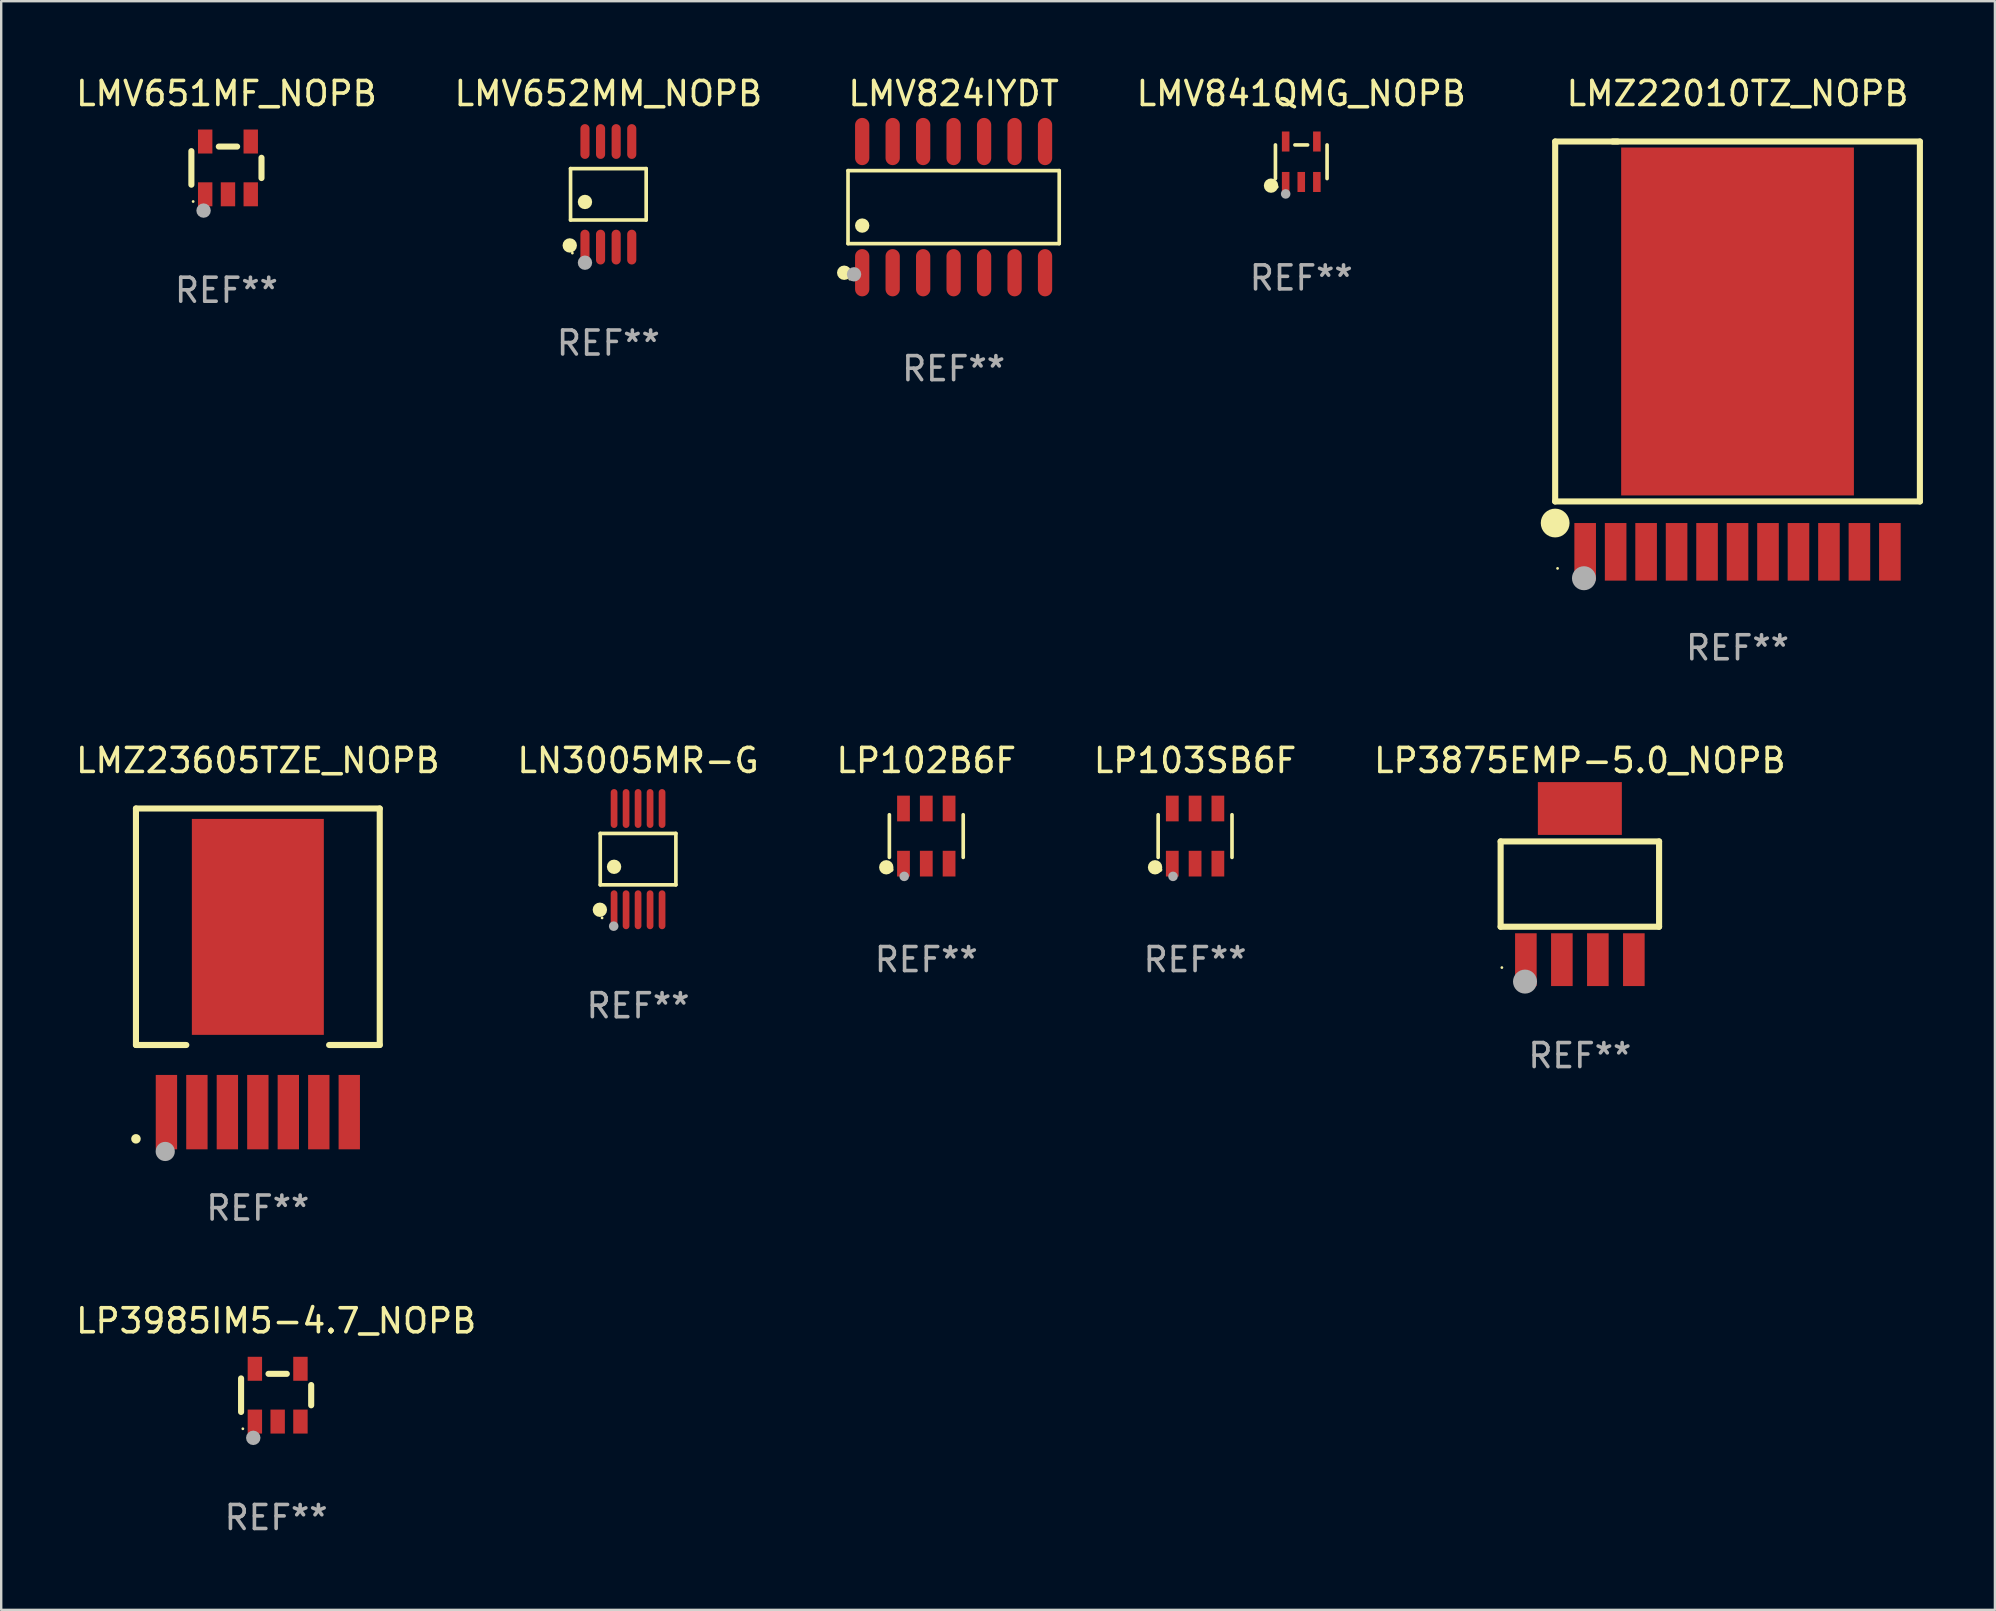
<source format=kicad_pcb>
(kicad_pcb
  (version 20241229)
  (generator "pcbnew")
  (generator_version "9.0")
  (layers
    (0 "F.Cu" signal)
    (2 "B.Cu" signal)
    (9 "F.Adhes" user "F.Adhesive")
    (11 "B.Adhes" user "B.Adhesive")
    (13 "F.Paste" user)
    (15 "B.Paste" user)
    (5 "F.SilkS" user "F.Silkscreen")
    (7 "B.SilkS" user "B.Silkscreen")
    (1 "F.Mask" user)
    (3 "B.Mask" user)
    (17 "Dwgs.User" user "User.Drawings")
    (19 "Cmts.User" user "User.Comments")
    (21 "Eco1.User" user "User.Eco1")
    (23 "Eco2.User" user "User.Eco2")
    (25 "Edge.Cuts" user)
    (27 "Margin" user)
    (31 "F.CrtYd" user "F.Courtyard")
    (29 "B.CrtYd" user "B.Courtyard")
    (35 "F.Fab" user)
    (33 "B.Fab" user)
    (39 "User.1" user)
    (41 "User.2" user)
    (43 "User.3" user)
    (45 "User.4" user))
  (footprint "LMV841QMG_NOPB"
    (layer "F.Cu")
    (at 51.181 3.691)
    (property "Reference" "LMV841QMG_NOPB" (at 0 -2.843 0) (layer "F.SilkS") (effects (font (size 1 1) (thickness 0.15))))
    (attr through_hole)
    (fp_line (start -1.076 0.701) (end -1.076 -0.701) (stroke (width 0.152) (type solid)) (layer "F.SilkS"))
    (fp_line (start 0.264 -0.701) (end -0.264 -0.701) (stroke (width 0.152) (type solid)) (layer "F.SilkS"))
    (fp_line (start 1.076 0.701) (end 1.076 -0.701) (stroke (width 0.152) (type solid)) (layer "F.SilkS"))
    (fp_circle (center -1.26 0.995) (end -1.11 0.995) (stroke (width 0.3) (type solid)) (fill no) (layer "F.SilkS"))
    (fp_circle (center -1 1.05) (end -0.97 1.05) (stroke (width 0.06) (type solid)) (fill no) (layer "F.SilkS"))
    (fp_circle (center -0.65 1.341) (end -0.55 1.341) (stroke (width 0.2) (type solid)) (fill no) (layer "F.Fab"))
    (fp_text user "REF**" (at 0 4.843 0) (layer "F.Fab") (effects (font (size 1 1) (thickness 0.15))))
    (pad "1" smd rect (at -0.65 0.843) (size 0.315 0.835) (layers "F.Cu" "F.Mask" "F.Paste"))
    (pad "2" smd rect (at 0.00014 0.843) (size 0.315 0.835) (layers "F.Cu" "F.Mask" "F.Paste"))
    (pad "3" smd rect (at 0.65 0.843) (size 0.315 0.835) (layers "F.Cu" "F.Mask" "F.Paste"))
    (pad "4" smd rect (at 0.65 -0.843) (size 0.315 0.835) (layers "F.Cu" "F.Mask" "F.Paste"))
    (pad "5" smd rect (at -0.65 -0.843) (size 0.315 0.835) (layers "F.Cu" "F.Mask" "F.Paste")))
  (footprint "LMV652MM_NOPB"
    (layer "F.Cu")
    (at 22.304 5.048)
    (property "Reference" "LMV652MM_NOPB" (at 0 -4.2 0) (layer "F.SilkS") (effects (font (size 1 1) (thickness 0.15))))
    (attr through_hole)
    (fp_line (start -1.576 -1.071) (end 1.576 -1.071) (stroke (width 0.152) (type solid)) (layer "F.SilkS"))
    (fp_line (start -1.576 1.071) (end -1.576 -1.071) (stroke (width 0.152) (type solid)) (layer "F.SilkS"))
    (fp_line (start 1.576 -1.071) (end 1.576 1.071) (stroke (width 0.152) (type solid)) (layer "F.SilkS"))
    (fp_line (start 1.576 1.071) (end -1.576 1.071) (stroke (width 0.152) (type solid)) (layer "F.SilkS"))
    (fp_circle (center -1.609 2.131) (end -1.459 2.131) (stroke (width 0.3) (type solid)) (fill no) (layer "F.SilkS"))
    (fp_circle (center -1.5 2.45) (end -1.47 2.45) (stroke (width 0.06) (type solid)) (fill no) (layer "F.SilkS"))
    (fp_circle (center -0.975 0.319) (end -0.825 0.319) (stroke (width 0.3) (type solid)) (fill no) (layer "F.SilkS"))
    (fp_circle (center -0.975 2.85) (end -0.825 2.85) (stroke (width 0.3) (type solid)) (fill no) (layer "F.Fab"))
    (fp_text user "REF**" (at 0 6.2 0) (layer "F.Fab") (effects (font (size 1 1) (thickness 0.15))))
    (pad "1" smd oval (at -0.975 2.2) (size 0.38 1.45) (layers "F.Cu" "F.Mask" "F.Paste"))
    (pad "2" smd oval (at -0.325 2.2) (size 0.38 1.45) (layers "F.Cu" "F.Mask" "F.Paste"))
    (pad "3" smd oval (at 0.325 2.2) (size 0.38 1.45) (layers "F.Cu" "F.Mask" "F.Paste"))
    (pad "4" smd oval (at 0.975 2.2) (size 0.38 1.45) (layers "F.Cu" "F.Mask" "F.Paste"))
    (pad "5" smd oval (at 0.975 -2.2) (size 0.38 1.45) (layers "F.Cu" "F.Mask" "F.Paste"))
    (pad "6" smd oval (at 0.325 -2.2) (size 0.38 1.45) (layers "F.Cu" "F.Mask" "F.Paste"))
    (pad "7" smd oval (at -0.325 -2.2) (size 0.38 1.45) (layers "F.Cu" "F.Mask" "F.Paste"))
    (pad "8" smd oval (at -0.975 -2.2) (size 0.38 1.45) (layers "F.Cu" "F.Mask" "F.Paste")))
  (footprint "LP3985IM5-4.7_NOPB"
    (layer "F.Cu")
    (at 8.458 55.095)
    (property "Reference" "LP3985IM5-4.7_NOPB" (at 0 -3.1 0) (layer "F.SilkS") (effects (font (size 1 1) (thickness 0.15))))
    (attr through_hole)
    (fp_line (start -1.461 -0.699) (end -1.461 0.699) (stroke (width 0.254) (type solid)) (layer "F.SilkS"))
    (fp_line (start -0.318 -0.889) (end 0.445 -0.889) (stroke (width 0.254) (type solid)) (layer "F.SilkS"))
    (fp_line (start 1.461 -0.422) (end 1.461 0.422) (stroke (width 0.254) (type solid)) (layer "F.SilkS"))
    (fp_circle (center -1.387 1.4) (end -1.357 1.4) (stroke (width 0.06) (type solid)) (fill no) (layer "F.SilkS"))
    (fp_circle (center -0.953 1.778) (end -0.802 1.778) (stroke (width 0.3) (type solid)) (fill no) (layer "F.Fab"))
    (fp_text user "REF**" (at 0 5.1 0) (layer "F.Fab") (effects (font (size 1 1) (thickness 0.15))))
    (pad "1" smd rect (at -0.886 1.1) (size 0.6 1) (layers "F.Cu" "F.Mask" "F.Paste"))
    (pad "2" smd rect (at 0.064 1.1) (size 0.6 1) (layers "F.Cu" "F.Mask" "F.Paste"))
    (pad "3" smd rect (at 1.013 1.1) (size 0.6 1) (layers "F.Cu" "F.Mask" "F.Paste"))
    (pad "4" smd rect (at 1.013 -1.1) (size 0.6 1) (layers "F.Cu" "F.Mask" "F.Paste"))
    (pad "5" smd rect (at -0.886 -1.1) (size 0.6 1) (layers "F.Cu" "F.Mask" "F.Paste")))
  (footprint "LP102B6F"
    (layer "F.Cu")
    (at 35.554 31.794)
    (property "Reference" "LP102B6F" (at 0 -3.149 0) (layer "F.SilkS") (effects (font (size 1 1) (thickness 0.15))))
    (attr through_hole)
    (fp_line (start -1.539 0.889) (end -1.539 -0.889) (stroke (width 0.152) (type solid)) (layer "F.SilkS"))
    (fp_line (start 1.539 0.889) (end 1.539 -0.889) (stroke (width 0.152) (type solid)) (layer "F.SilkS"))
    (fp_circle (center -1.668 1.301) (end -1.518 1.301) (stroke (width 0.3) (type solid)) (fill no) (layer "F.SilkS"))
    (fp_circle (center -1.463 1.4) (end -1.413 1.4) (stroke (width 0.1) (type solid)) (fill no) (layer "F.SilkS"))
    (fp_circle (center -0.92 1.68) (end -0.82 1.68) (stroke (width 0.2) (type solid)) (fill no) (layer "F.Fab"))
    (fp_text user "REF**" (at 0 5.149 0) (layer "F.Fab") (effects (font (size 1 1) (thickness 0.15))))
    (pad "1" smd rect (at -0.95 1.149) (size 0.532 1.072) (layers "F.Cu" "F.Mask" "F.Paste"))
    (pad "2" smd rect (at 0 1.149) (size 0.532 1.072) (layers "F.Cu" "F.Mask" "F.Paste"))
    (pad "3" smd rect (at 0.95 1.149) (size 0.532 1.072) (layers "F.Cu" "F.Mask" "F.Paste"))
    (pad "4" smd rect (at 0.95 -1.149) (size 0.532 1.072) (layers "F.Cu" "F.Mask" "F.Paste"))
    (pad "5" smd rect (at 0 -1.149) (size 0.532 1.072) (layers "F.Cu" "F.Mask" "F.Paste"))
    (pad "6" smd rect (at -0.95 -1.149) (size 0.532 1.072) (layers "F.Cu" "F.Mask" "F.Paste")))
  (footprint "LP103SB6F"
    (layer "F.Cu")
    (at 46.756 31.794)
    (property "Reference" "LP103SB6F" (at 0 -3.149 0) (layer "F.SilkS") (effects (font (size 1 1) (thickness 0.15))))
    (attr through_hole)
    (fp_line (start -1.539 0.889) (end -1.539 -0.889) (stroke (width 0.152) (type solid)) (layer "F.SilkS"))
    (fp_line (start 1.539 0.889) (end 1.539 -0.889) (stroke (width 0.152) (type solid)) (layer "F.SilkS"))
    (fp_circle (center -1.668 1.301) (end -1.518 1.301) (stroke (width 0.3) (type solid)) (fill no) (layer "F.SilkS"))
    (fp_circle (center -1.463 1.4) (end -1.413 1.4) (stroke (width 0.1) (type solid)) (fill no) (layer "F.SilkS"))
    (fp_circle (center -0.92 1.68) (end -0.82 1.68) (stroke (width 0.2) (type solid)) (fill no) (layer "F.Fab"))
    (fp_text user "REF**" (at 0 5.149 0) (layer "F.Fab") (effects (font (size 1 1) (thickness 0.15))))
    (pad "1" smd rect (at -0.95 1.149) (size 0.532 1.072) (layers "F.Cu" "F.Mask" "F.Paste"))
    (pad "2" smd rect (at 0 1.149) (size 0.532 1.072) (layers "F.Cu" "F.Mask" "F.Paste"))
    (pad "3" smd rect (at 0.95 1.149) (size 0.532 1.072) (layers "F.Cu" "F.Mask" "F.Paste"))
    (pad "4" smd rect (at 0.95 -1.149) (size 0.532 1.072) (layers "F.Cu" "F.Mask" "F.Paste"))
    (pad "5" smd rect (at 0 -1.149) (size 0.532 1.072) (layers "F.Cu" "F.Mask" "F.Paste"))
    (pad "6" smd rect (at -0.95 -1.149) (size 0.532 1.072) (layers "F.Cu" "F.Mask" "F.Paste")))
  (footprint "LMZ22010TZ_NOPB"
    (layer "F.Cu")
    (at 69.363 11.398)
    (property "Reference" "LMZ22010TZ_NOPB" (at 0 -10.55 0) (layer "F.SilkS") (effects (font (size 1 1) (thickness 0.15))))
    (attr through_hole)
    (fp_line (start -7.6 -8.55) (end -7.6 6.45) (stroke (width 0.254) (type solid)) (layer "F.SilkS"))
    (fp_line (start -7.6 6.45) (end 7.6 6.45) (stroke (width 0.254) (type solid)) (layer "F.SilkS"))
    (fp_line (start -5 -8.55) (end -7.6 -8.55) (stroke (width 0.254) (type solid)) (layer "F.SilkS"))
    (fp_line (start 7.6 -8.55) (end -5.2 -8.55) (stroke (width 0.254) (type solid)) (layer "F.SilkS"))
    (fp_line (start 7.6 6.45) (end 7.6 -8.55) (stroke (width 0.254) (type solid)) (layer "F.SilkS"))
    (fp_circle (center -7.6 7.35) (end -7.3 7.35) (stroke (width 0.6) (type solid)) (fill no) (layer "F.SilkS"))
    (fp_circle (center -7.5 9.24) (end -7.47 9.24) (stroke (width 0.06) (type solid)) (fill no) (layer "F.SilkS"))
    (fp_circle (center -6.4 9.65) (end -6.15 9.65) (stroke (width 0.5) (type solid)) (fill no) (layer "F.Fab"))
    (fp_text user "REF**" (at 0 12.55 0) (layer "F.Fab") (effects (font (size 1 1) (thickness 0.15))))
    (pad "1" smd rect (at -6.35 8.55) (size 0.9 2.4) (layers "F.Cu" "F.Mask" "F.Paste"))
    (pad "2" smd rect (at -5.08 8.55) (size 0.9 2.4) (layers "F.Cu" "F.Mask" "F.Paste"))
    (pad "3" smd rect (at -3.81 8.55) (size 0.9 2.4) (layers "F.Cu" "F.Mask" "F.Paste"))
    (pad "4" smd rect (at -2.54 8.55) (size 0.9 2.4) (layers "F.Cu" "F.Mask" "F.Paste"))
    (pad "5" smd rect (at -1.27 8.55) (size 0.9 2.4) (layers "F.Cu" "F.Mask" "F.Paste"))
    (pad "6" smd rect (at 0 8.55) (size 0.9 2.4) (layers "F.Cu" "F.Mask" "F.Paste"))
    (pad "7" smd rect (at 1.27 8.55) (size 0.9 2.4) (layers "F.Cu" "F.Mask" "F.Paste"))
    (pad "8" smd rect (at 2.54 8.55) (size 0.9 2.4) (layers "F.Cu" "F.Mask" "F.Paste"))
    (pad "9" smd rect (at 3.81 8.55) (size 0.9 2.4) (layers "F.Cu" "F.Mask" "F.Paste"))
    (pad "10" smd rect (at 5.08 8.55) (size 0.9 2.4) (layers "F.Cu" "F.Mask" "F.Paste"))
    (pad "11" smd rect (at 6.35 8.55) (size 0.9 2.4) (layers "F.Cu" "F.Mask" "F.Paste"))
    (pad "12" smd rect (at 0 -1.05) (size 9.7 14.5) (layers "F.Cu" "F.Mask" "F.Paste")))
  (footprint "LN3005MR-G"
    (layer "F.Cu")
    (at 23.542 32.755)
    (property "Reference" "LN3005MR-G" (at 0 -4.11 0) (layer "F.SilkS") (effects (font (size 1 1) (thickness 0.15))))
    (attr through_hole)
    (fp_line (start -1.576 -1.071) (end 1.576 -1.071) (stroke (width 0.152) (type solid)) (layer "F.SilkS"))
    (fp_line (start -1.576 1.071) (end -1.576 -1.071) (stroke (width 0.152) (type solid)) (layer "F.SilkS"))
    (fp_line (start 1.576 -1.071) (end 1.576 1.071) (stroke (width 0.152) (type solid)) (layer "F.SilkS"))
    (fp_line (start 1.576 1.071) (end -1.576 1.071) (stroke (width 0.152) (type solid)) (layer "F.SilkS"))
    (fp_circle (center -1.592 2.11) (end -1.442 2.11) (stroke (width 0.3) (type solid)) (fill no) (layer "F.SilkS"))
    (fp_circle (center -1.5 2.45) (end -1.47 2.45) (stroke (width 0.06) (type solid)) (fill no) (layer "F.SilkS"))
    (fp_circle (center -1 0.319) (end -0.85 0.319) (stroke (width 0.3) (type solid)) (fill no) (layer "F.SilkS"))
    (fp_circle (center -1.016 2.794) (end -0.916 2.794) (stroke (width 0.2) (type solid)) (fill no) (layer "F.Fab"))
    (fp_text user "REF**" (at 0 6.11 0) (layer "F.Fab") (effects (font (size 1 1) (thickness 0.15))))
    (pad "1" smd oval (at -1 2.11) (size 0.28 1.62) (layers "F.Cu" "F.Mask" "F.Paste"))
    (pad "2" smd oval (at -0.5 2.11) (size 0.28 1.62) (layers "F.Cu" "F.Mask" "F.Paste"))
    (pad "3" smd oval (at 0 2.11) (size 0.28 1.62) (layers "F.Cu" "F.Mask" "F.Paste"))
    (pad "4" smd oval (at 0.5 2.11) (size 0.28 1.62) (layers "F.Cu" "F.Mask" "F.Paste"))
    (pad "5" smd oval (at 1 2.11) (size 0.28 1.62) (layers "F.Cu" "F.Mask" "F.Paste"))
    (pad "6" smd oval (at 1 -2.11) (size 0.28 1.62) (layers "F.Cu" "F.Mask" "F.Paste"))
    (pad "7" smd oval (at 0.5 -2.11) (size 0.28 1.62) (layers "F.Cu" "F.Mask" "F.Paste"))
    (pad "8" smd oval (at 0 -2.11) (size 0.28 1.62) (layers "F.Cu" "F.Mask" "F.Paste"))
    (pad "9" smd oval (at -0.5 -2.11) (size 0.28 1.62) (layers "F.Cu" "F.Mask" "F.Paste"))
    (pad "10" smd oval (at -1 -2.11) (size 0.28 1.62) (layers "F.Cu" "F.Mask" "F.Paste")))
  (footprint "LMV824IYDT"
    (layer "F.Cu")
    (at 36.693 5.582)
    (property "Reference" "LMV824IYDT" (at 0 -4.734 0) (layer "F.SilkS") (effects (font (size 1 1) (thickness 0.15))))
    (attr through_hole)
    (fp_line (start -4.401 -1.521) (end 4.401 -1.521) (stroke (width 0.152) (type solid)) (layer "F.SilkS"))
    (fp_line (start -4.401 1.521) (end -4.401 -1.521) (stroke (width 0.152) (type solid)) (layer "F.SilkS"))
    (fp_line (start 4.401 -1.521) (end 4.401 1.521) (stroke (width 0.152) (type solid)) (layer "F.SilkS"))
    (fp_line (start 4.401 1.521) (end -4.401 1.521) (stroke (width 0.152) (type solid)) (layer "F.SilkS"))
    (fp_circle (center -4.56 2.734) (end -4.41 2.734) (stroke (width 0.3) (type solid)) (fill no) (layer "F.SilkS"))
    (fp_circle (center -4.325 3) (end -4.295 3) (stroke (width 0.06) (type solid)) (fill no) (layer "F.SilkS"))
    (fp_circle (center -3.81 0.769) (end -3.66 0.769) (stroke (width 0.3) (type solid)) (fill no) (layer "F.SilkS"))
    (fp_circle (center -4.15 2.8) (end -4 2.8) (stroke (width 0.3) (type solid)) (fill no) (layer "F.Fab"))
    (fp_text user "REF**" (at 0 6.734 0) (layer "F.Fab") (effects (font (size 1 1) (thickness 0.15))))
    (pad "1" smd oval (at -3.81 2.734) (size 0.595 1.968) (layers "F.Cu" "F.Mask" "F.Paste"))
    (pad "2" smd oval (at -2.54 2.734) (size 0.595 1.968) (layers "F.Cu" "F.Mask" "F.Paste"))
    (pad "3" smd oval (at -1.27 2.734) (size 0.595 1.968) (layers "F.Cu" "F.Mask" "F.Paste"))
    (pad "4" smd oval (at 0 2.734) (size 0.595 1.968) (layers "F.Cu" "F.Mask" "F.Paste"))
    (pad "5" smd oval (at 1.27 2.734) (size 0.595 1.968) (layers "F.Cu" "F.Mask" "F.Paste"))
    (pad "6" smd oval (at 2.54 2.734) (size 0.595 1.968) (layers "F.Cu" "F.Mask" "F.Paste"))
    (pad "7" smd oval (at 3.81 2.734) (size 0.595 1.968) (layers "F.Cu" "F.Mask" "F.Paste"))
    (pad "8" smd oval (at 3.81 -2.734) (size 0.595 1.968) (layers "F.Cu" "F.Mask" "F.Paste"))
    (pad "9" smd oval (at 2.54 -2.734) (size 0.595 1.968) (layers "F.Cu" "F.Mask" "F.Paste"))
    (pad "10" smd oval (at 1.27 -2.734) (size 0.595 1.968) (layers "F.Cu" "F.Mask" "F.Paste"))
    (pad "11" smd oval (at 0 -2.734) (size 0.595 1.968) (layers "F.Cu" "F.Mask" "F.Paste"))
    (pad "12" smd oval (at -1.27 -2.734) (size 0.595 1.968) (layers "F.Cu" "F.Mask" "F.Paste"))
    (pad "13" smd oval (at -2.54 -2.734) (size 0.595 1.968) (layers "F.Cu" "F.Mask" "F.Paste"))
    (pad "14" smd oval (at -3.81 -2.734) (size 0.595 1.968) (layers "F.Cu" "F.Mask" "F.Paste")))
  (footprint "LMV651MF_NOPB"
    (layer "F.Cu")
    (at 6.387 3.948)
    (property "Reference" "LMV651MF_NOPB" (at 0 -3.1 0) (layer "F.SilkS") (effects (font (size 1 1) (thickness 0.15))))
    (attr through_hole)
    (fp_line (start -1.461 -0.699) (end -1.461 0.699) (stroke (width 0.254) (type solid)) (layer "F.SilkS"))
    (fp_line (start -0.318 -0.889) (end 0.445 -0.889) (stroke (width 0.254) (type solid)) (layer "F.SilkS"))
    (fp_line (start 1.461 -0.422) (end 1.461 0.422) (stroke (width 0.254) (type solid)) (layer "F.SilkS"))
    (fp_circle (center -1.387 1.4) (end -1.357 1.4) (stroke (width 0.06) (type solid)) (fill no) (layer "F.SilkS"))
    (fp_circle (center -0.953 1.778) (end -0.802 1.778) (stroke (width 0.3) (type solid)) (fill no) (layer "F.Fab"))
    (fp_text user "REF**" (at 0 5.1 0) (layer "F.Fab") (effects (font (size 1 1) (thickness 0.15))))
    (pad "1" smd rect (at -0.886 1.1) (size 0.6 1) (layers "F.Cu" "F.Mask" "F.Paste"))
    (pad "2" smd rect (at 0.064 1.1) (size 0.6 1) (layers "F.Cu" "F.Mask" "F.Paste"))
    (pad "3" smd rect (at 1.013 1.1) (size 0.6 1) (layers "F.Cu" "F.Mask" "F.Paste"))
    (pad "4" smd rect (at 1.013 -1.1) (size 0.6 1) (layers "F.Cu" "F.Mask" "F.Paste"))
    (pad "5" smd rect (at -0.886 -1.1) (size 0.6 1) (layers "F.Cu" "F.Mask" "F.Paste")))
  (footprint "LMZ23605TZE_NOPB"
    (layer "F.Cu")
    (at 7.696 36.972)
    (property "Reference" "LMZ23605TZE_NOPB" (at 0 -8.327 0) (layer "F.SilkS") (effects (font (size 1 1) (thickness 0.15))))
    (attr through_hole)
    (fp_line (start -5.08 -6.327) (end -5.08 3.529) (stroke (width 0.254) (type solid)) (layer "F.SilkS"))
    (fp_line (start -5.08 -6.327) (end 5.08 -6.327) (stroke (width 0.254) (type solid)) (layer "F.SilkS"))
    (fp_line (start -2.981 3.529) (end -5.08 3.529) (stroke (width 0.254) (type solid)) (layer "F.SilkS"))
    (fp_line (start 5.08 -6.327) (end 5.08 3.529) (stroke (width 0.254) (type solid)) (layer "F.SilkS"))
    (fp_line (start 5.08 3.529) (end 2.97 3.529) (stroke (width 0.254) (type solid)) (layer "F.SilkS"))
    (fp_circle (center -5.08 7.44) (end -4.98 7.44) (stroke (width 0.2) (type solid)) (fill no) (layer "F.SilkS"))
    (fp_circle (center -3.86 7.966) (end -3.66 7.966) (stroke (width 0.4) (type solid)) (fill no) (layer "F.Fab"))
    (fp_text user "REF**" (at 0 10.327 0) (layer "F.Fab") (effects (font (size 1 1) (thickness 0.15))))
    (pad "1" smd rect (at -3.81 6.327) (size 0.89 3.1) (layers "F.Cu" "F.Mask" "F.Paste"))
    (pad "2" smd rect (at -2.54 6.327) (size 0.89 3.1) (layers "F.Cu" "F.Mask" "F.Paste"))
    (pad "3" smd rect (at -1.27 6.327) (size 0.89 3.1) (layers "F.Cu" "F.Mask" "F.Paste"))
    (pad "4" smd rect (at -0.000051 6.327) (size 0.89 3.1) (layers "F.Cu" "F.Mask" "F.Paste"))
    (pad "5" smd rect (at 1.27 6.327) (size 0.89 3.1) (layers "F.Cu" "F.Mask" "F.Paste"))
    (pad "6" smd rect (at 2.54 6.327) (size 0.89 3.1) (layers "F.Cu" "F.Mask" "F.Paste"))
    (pad "7" smd rect (at 3.81 6.327) (size 0.89 3.1) (layers "F.Cu" "F.Mask" "F.Paste"))
    (pad "8" smd rect (at -0.000051 -1.393) (size 5.5 9) (layers "F.Cu" "F.Mask" "F.Paste")))
  (footprint "LP3875EMP-5.0_NOPB"
    (layer "F.Cu")
    (at 62.792 33.795)
    (property "Reference" "LP3875EMP-5.0_NOPB" (at 0 -5.15 0) (layer "F.SilkS") (effects (font (size 1 1) (thickness 0.15))))
    (attr through_hole)
    (fp_line (start -3.302 -1.778) (end 3.302 -1.778) (stroke (width 0.254) (type solid)) (layer "F.SilkS"))
    (fp_line (start -3.302 1.778) (end -3.302 -1.778) (stroke (width 0.254) (type solid)) (layer "F.SilkS"))
    (fp_line (start 3.302 -1.778) (end 3.302 1.778) (stroke (width 0.254) (type solid)) (layer "F.SilkS"))
    (fp_line (start 3.302 1.778) (end -3.302 1.778) (stroke (width 0.254) (type solid)) (layer "F.SilkS"))
    (fp_circle (center -3.25 3.48) (end -3.22 3.48) (stroke (width 0.06) (type solid)) (fill no) (layer "F.SilkS"))
    (fp_circle (center -2.286 4.064) (end -2.036 4.064) (stroke (width 0.5) (type solid)) (fill no) (layer "F.Fab"))
    (fp_text user "REF**" (at 0 7.15 0) (layer "F.Fab") (effects (font (size 1 1) (thickness 0.15))))
    (pad "1" smd rect (at -2.25 3.15 180) (size 0.9 2.2) (layers "F.Cu" "F.Mask" "F.Paste"))
    (pad "2" smd rect (at -0.75 3.15 180) (size 0.9 2.2) (layers "F.Cu" "F.Mask" "F.Paste"))
    (pad "3" smd rect (at 0.75 3.15 180) (size 0.9 2.2) (layers "F.Cu" "F.Mask" "F.Paste"))
    (pad "4" smd rect (at 2.25 3.15 180) (size 0.9 2.2) (layers "F.Cu" "F.Mask" "F.Paste"))
    (pad "5" smd rect (at 0 -3.15 180) (size 3.5 2.2) (layers "F.Cu" "F.Mask" "F.Paste")))
  (gr_rect
    (start -3 -3)
    (end 80.09 64.043)
    (stroke (width 0.1) (type default))
    (fill no)
    (layer "Edge.Cuts")))
</source>
